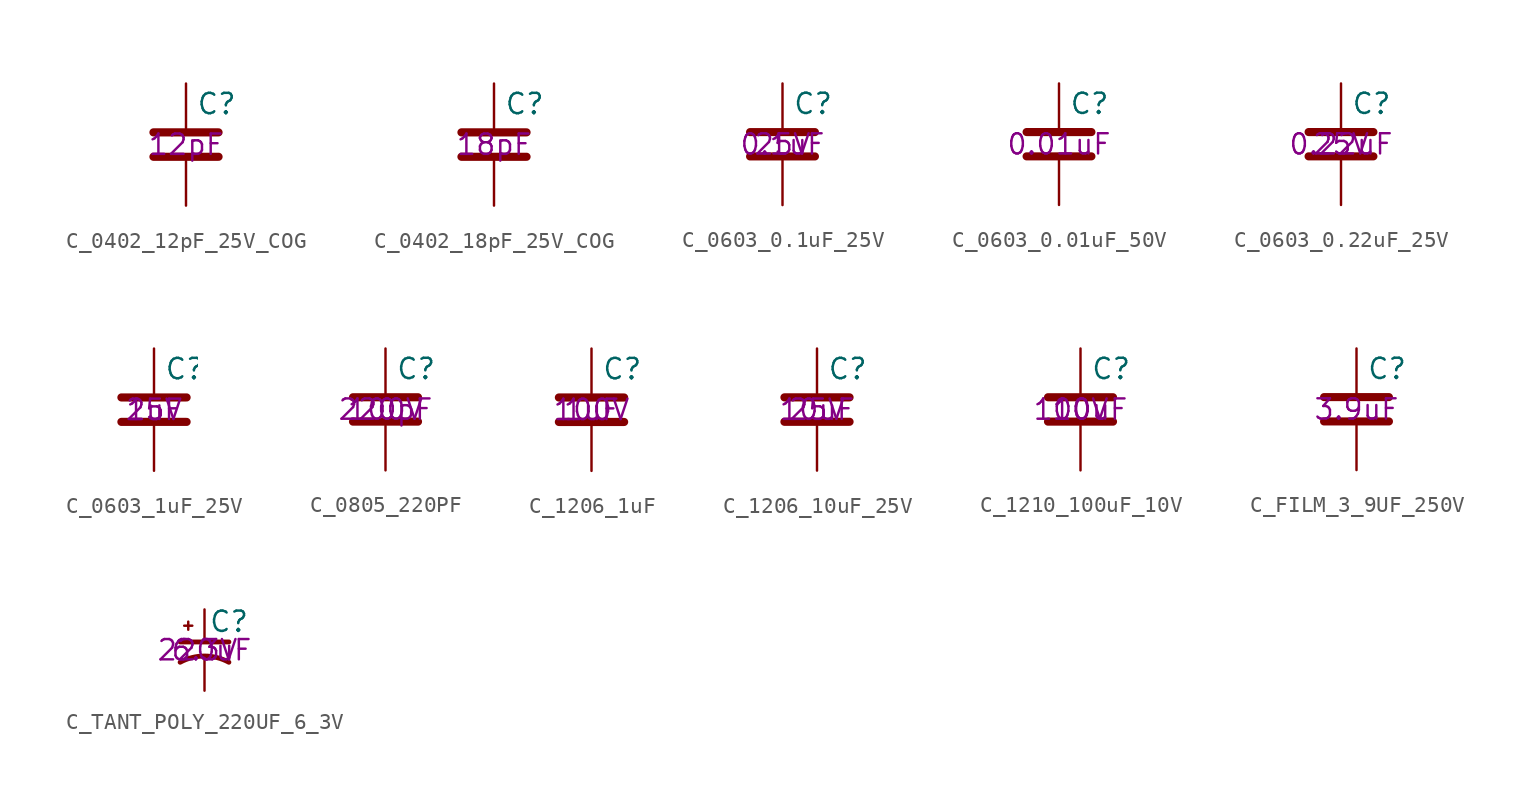
<source format=kicad_sym>
(kicad_symbol_lib
  (version 20211014)
  (generator kicad_symbol_editor)
  (symbol "C_0402_12pF_25V_COG"
    (pin_numbers hide)
    (pin_names
      (offset 0.254))
    (property "Reference" "C"
      (at 0.635 2.54 0)
      (effects (font (size 1.27 1.27)) (justify left)))
    (property "Val" "12pF"
      (at 0 0 0)
      (effects (font (size 1.27 1.27))))
    (symbol "C_0402_12pF_25V_COG_0_1"
      (polyline (pts (xy -2.032 -0.762) (xy 2.032 -0.762)) (stroke (width 0.508) (type default) (color 0 0 0 0)) (fill (type none)))
      (polyline (pts (xy -2.032 0.762) (xy 2.032 0.762)) (stroke (width 0.508) (type default) (color 0 0 0 0)) (fill (type none))))
    (symbol "C_0402_12pF_25V_COG_1_1"
      (pin passive line (at 0 3.81 270) (length 2.794) (name "~" (effects (font (size 1.27 1.27)))) (number "1" (effects (font (size 1.27 1.27)))))
      (pin passive line (at 0 -3.81 90) (length 2.794) (name "~" (effects (font (size 1.27 1.27)))) (number "2" (effects (font (size 1.27 1.27)))))))
  (symbol "C_0402_18pF_25V_COG"
    (pin_numbers hide)
    (pin_names
      (offset 0.254))
    (property "Reference" "C"
      (at 0.635 2.54 0)
      (effects (font (size 1.27 1.27)) (justify left)))
    (property "Val" "18pF"
      (at 0 0 0)
      (effects (font (size 1.27 1.27))))
    (symbol "C_0402_18pF_25V_COG_0_1"
      (polyline (pts (xy -2.032 -0.762) (xy 2.032 -0.762)) (stroke (width 0.508) (type default) (color 0 0 0 0)) (fill (type none)))
      (polyline (pts (xy -2.032 0.762) (xy 2.032 0.762)) (stroke (width 0.508) (type default) (color 0 0 0 0)) (fill (type none))))
    (symbol "C_0402_18pF_25V_COG_1_1"
      (pin passive line (at 0 3.81 270) (length 2.794) (name "~" (effects (font (size 1.27 1.27)))) (number "1" (effects (font (size 1.27 1.27)))))
      (pin passive line (at 0 -3.81 90) (length 2.794) (name "~" (effects (font (size 1.27 1.27)))) (number "2" (effects (font (size 1.27 1.27)))))))
  (symbol "C_0603_0.1uF_25V"
    (pin_numbers hide)
    (pin_names
      (offset 0.254))
    (property "Reference" "C"
      (at 0.635 2.54 0)
      (effects (font (size 1.27 1.27)) (justify left)))
    (property "Val" "0.1uF"
      (at 0 0 0)
      (effects (font (size 1.27 1.27))))
    (property "Voltage" "25V"
      (at 0 0 0)
      (effects (font (size 1.27 1.27))))
    (symbol "C_0603_0.1uF_25V_0_1"
      (polyline (pts (xy -2.032 -0.762) (xy 2.032 -0.762)) (stroke (width 0.508) (type default) (color 0 0 0 0)) (fill (type none)))
      (polyline (pts (xy -2.032 0.762) (xy 2.032 0.762)) (stroke (width 0.508) (type default) (color 0 0 0 0)) (fill (type none))))
    (symbol "C_0603_0.1uF_25V_1_1"
      (pin passive line (at 0 3.81 270) (length 2.794) (name "~" (effects (font (size 1.27 1.27)))) (number "1" (effects (font (size 1.27 1.27)))))
      (pin passive line (at 0 -3.81 90) (length 2.794) (name "~" (effects (font (size 1.27 1.27)))) (number "2" (effects (font (size 1.27 1.27)))))))
  (symbol "C_0603_0.01uF_50V"
    (pin_numbers hide)
    (pin_names
      (offset 0.254))
    (property "Reference" "C"
      (at 0.635 2.54 0)
      (effects (font (size 1.27 1.27)) (justify left)))
    (property "Val" "0.01uF"
      (at 0 0 0)
      (effects (font (size 1.27 1.27))))
    (symbol "C_0603_0.01uF_50V_0_1"
      (polyline (pts (xy -2.032 -0.762) (xy 2.032 -0.762)) (stroke (width 0.508) (type default) (color 0 0 0 0)) (fill (type none)))
      (polyline (pts (xy -2.032 0.762) (xy 2.032 0.762)) (stroke (width 0.508) (type default) (color 0 0 0 0)) (fill (type none))))
    (symbol "C_0603_0.01uF_50V_1_1"
      (pin passive line (at 0 3.81 270) (length 2.794) (name "~" (effects (font (size 1.27 1.27)))) (number "1" (effects (font (size 1.27 1.27)))))
      (pin passive line (at 0 -3.81 90) (length 2.794) (name "~" (effects (font (size 1.27 1.27)))) (number "2" (effects (font (size 1.27 1.27)))))))
  (symbol "C_0603_0.22uF_25V"
    (pin_numbers hide)
    (pin_names
      (offset 0.254))
    (property "Reference" "C"
      (at 0.635 2.54 0)
      (effects (font (size 1.27 1.27)) (justify left)))
    (property "Val" "0.22uF"
      (at 0 0 0)
      (effects (font (size 1.27 1.27))))
    (property "Voltage" "25V"
      (at 0 0 0)
      (effects (font (size 1.27 1.27))))
    (symbol "C_0603_0.22uF_25V_0_1"
      (polyline (pts (xy -2.032 -0.762) (xy 2.032 -0.762)) (stroke (width 0.508) (type default) (color 0 0 0 0)) (fill (type none)))
      (polyline (pts (xy -2.032 0.762) (xy 2.032 0.762)) (stroke (width 0.508) (type default) (color 0 0 0 0)) (fill (type none))))
    (symbol "C_0603_0.22uF_25V_1_1"
      (pin passive line (at 0 3.81 270) (length 2.794) (name "~" (effects (font (size 1.27 1.27)))) (number "1" (effects (font (size 1.27 1.27)))))
      (pin passive line (at 0 -3.81 90) (length 2.794) (name "~" (effects (font (size 1.27 1.27)))) (number "2" (effects (font (size 1.27 1.27)))))))
  (symbol "C_0603_1uF_25V"
    (pin_numbers hide)
    (pin_names
      (offset 0.254))
    (property "Reference" "C"
      (at 0.635 2.54 0)
      (effects (font (size 1.27 1.27)) (justify left)))
    (property "Val" "1uF"
      (at 0 0 0)
      (effects (font (size 1.27 1.27))))
    (property "Voltage" "25V"
      (at 0 0 0)
      (effects (font (size 1.27 1.27))))
    (symbol "C_0603_1uF_25V_0_1"
      (polyline (pts (xy -2.032 -0.762) (xy 2.032 -0.762)) (stroke (width 0.508) (type default) (color 0 0 0 0)) (fill (type none)))
      (polyline (pts (xy -2.032 0.762) (xy 2.032 0.762)) (stroke (width 0.508) (type default) (color 0 0 0 0)) (fill (type none))))
    (symbol "C_0603_1uF_25V_1_1"
      (pin passive line (at 0 3.81 270) (length 2.794) (name "~" (effects (font (size 1.27 1.27)))) (number "1" (effects (font (size 1.27 1.27)))))
      (pin passive line (at 0 -3.81 90) (length 2.794) (name "~" (effects (font (size 1.27 1.27)))) (number "2" (effects (font (size 1.27 1.27)))))))
  (symbol "C_0805_220PF"
    (pin_numbers hide)
    (pin_names
      (offset 0.254))
    (property "Reference" "C"
      (at 0.635 2.54 0)
      (effects (font (size 1.27 1.27)) (justify left)))
    (property "Val" "220pF"
      (at 0 0 0)
      (effects (font (size 1.27 1.27))))
    (property "Voltage" "100V"
      (at 0 0 0)
      (effects (font (size 1.27 1.27))))
    (symbol "C_0805_220PF_0_1"
      (polyline (pts (xy -2.032 -0.762) (xy 2.032 -0.762)) (stroke (width 0.508) (type default) (color 0 0 0 0)) (fill (type none)))
      (polyline (pts (xy -2.032 0.762) (xy 2.032 0.762)) (stroke (width 0.508) (type default) (color 0 0 0 0)) (fill (type none))))
    (symbol "C_0805_220PF_1_1"
      (pin passive line (at 0 3.81 270) (length 2.794) (name "~" (effects (font (size 1.27 1.27)))) (number "1" (effects (font (size 1.27 1.27)))))
      (pin passive line (at 0 -3.81 90) (length 2.794) (name "~" (effects (font (size 1.27 1.27)))) (number "2" (effects (font (size 1.27 1.27)))))))
  (symbol "C_1206_1uF"
    (pin_numbers hide)
    (pin_names
      (offset 0.254))
    (property "Reference" "C"
      (at 0.635 2.54 0)
      (effects (font (size 1.27 1.27)) (justify left)))
    (property "Val" "1uF"
      (at 0 0 0)
      (effects (font (size 1.27 1.27))))
    (property "Voltage" "100V"
      (at 0 0 0)
      (effects (font (size 1.27 1.27))))
    (symbol "C_1206_1uF_0_1"
      (polyline (pts (xy -2.032 -0.762) (xy 2.032 -0.762)) (stroke (width 0.508) (type default) (color 0 0 0 0)) (fill (type none)))
      (polyline (pts (xy -2.032 0.762) (xy 2.032 0.762)) (stroke (width 0.508) (type default) (color 0 0 0 0)) (fill (type none))))
    (symbol "C_1206_1uF_1_1"
      (pin passive line (at 0 3.81 270) (length 2.794) (name "~" (effects (font (size 1.27 1.27)))) (number "1" (effects (font (size 1.27 1.27)))))
      (pin passive line (at 0 -3.81 90) (length 2.794) (name "~" (effects (font (size 1.27 1.27)))) (number "2" (effects (font (size 1.27 1.27)))))))
  (symbol "C_1206_10uF_25V"
    (pin_numbers hide)
    (pin_names
      (offset 0.254))
    (property "Reference" "C"
      (at 0.635 2.54 0)
      (effects (font (size 1.27 1.27)) (justify left)))
    (property "Val" "10uF"
      (at 0 0 0)
      (effects (font (size 1.27 1.27))))
    (property "Voltage" "25V"
      (at 0 0 0)
      (effects (font (size 1.27 1.27))))
    (symbol "C_1206_10uF_25V_0_1"
      (polyline (pts (xy -2.032 -0.762) (xy 2.032 -0.762)) (stroke (width 0.508) (type default) (color 0 0 0 0)) (fill (type none)))
      (polyline (pts (xy -2.032 0.762) (xy 2.032 0.762)) (stroke (width 0.508) (type default) (color 0 0 0 0)) (fill (type none))))
    (symbol "C_1206_10uF_25V_1_1"
      (pin passive line (at 0 3.81 270) (length 2.794) (name "~" (effects (font (size 1.27 1.27)))) (number "1" (effects (font (size 1.27 1.27)))))
      (pin passive line (at 0 -3.81 90) (length 2.794) (name "~" (effects (font (size 1.27 1.27)))) (number "2" (effects (font (size 1.27 1.27)))))))
  (symbol "C_1210_100uF_10V"
    (pin_numbers hide)
    (pin_names
      (offset 0.254))
    (property "Reference" "C"
      (at 0.635 2.54 0)
      (effects (font (size 1.27 1.27)) (justify left)))
    (property "Val" "100uF"
      (at 0 0 0)
      (effects (font (size 1.27 1.27))))
    (property "Voltage" "10V"
      (at 0 0 0)
      (effects (font (size 1.27 1.27))))
    (symbol "C_1210_100uF_10V_0_1"
      (polyline (pts (xy -2.032 -0.762) (xy 2.032 -0.762)) (stroke (width 0.508) (type default) (color 0 0 0 0)) (fill (type none)))
      (polyline (pts (xy -2.032 0.762) (xy 2.032 0.762)) (stroke (width 0.508) (type default) (color 0 0 0 0)) (fill (type none))))
    (symbol "C_1210_100uF_10V_1_1"
      (pin passive line (at 0 3.81 270) (length 2.794) (name "~" (effects (font (size 1.27 1.27)))) (number "1" (effects (font (size 1.27 1.27)))))
      (pin passive line (at 0 -3.81 90) (length 2.794) (name "~" (effects (font (size 1.27 1.27)))) (number "2" (effects (font (size 1.27 1.27)))))))
  (symbol "C_FILM_3_9UF_250V"
    (pin_numbers hide)
    (pin_names
      (offset 0.254))
    (property "Reference" "C"
      (at 0.635 2.54 0)
      (effects (font (size 1.27 1.27)) (justify left)))
    (property "Val" "3.9uF"
      (at 0 0 0)
      (effects (font (size 1.27 1.27))))
    (symbol "C_FILM_3_9UF_250V_0_1"
      (polyline (pts (xy -2.032 -0.762) (xy 2.032 -0.762)) (stroke (width 0.508) (type default) (color 0 0 0 0)) (fill (type none)))
      (polyline (pts (xy -2.032 0.762) (xy 2.032 0.762)) (stroke (width 0.508) (type default) (color 0 0 0 0)) (fill (type none))))
    (symbol "C_FILM_3_9UF_250V_1_1"
      (pin passive line (at 0 3.81 270) (length 2.794) (name "~" (effects (font (size 1.27 1.27)))) (number "1" (effects (font (size 1.27 1.27)))))
      (pin passive line (at 0 -3.81 90) (length 2.794) (name "~" (effects (font (size 1.27 1.27)))) (number "2" (effects (font (size 1.27 1.27)))))))
  (symbol "C_TANT_POLY_220UF_6_3V"
    (pin_numbers hide)
    (pin_names
      (offset 0.254) hide)
    (property "Reference" "C"
      (at 0.254 1.778 0)
      (effects (font (size 1.27 1.27)) (justify left)))
    (property "Val" "220uF"
      (at 0 0 0)
      (effects (font (size 1.27 1.27))))
    (property "Voltage" "6.3V"
      (at 0 0 0)
      (effects (font (size 1.27 1.27))))
    (symbol "C_TANT_POLY_220UF_6_3V_0_1"
      (polyline (pts (xy -1.524 0.508) (xy 1.524 0.508)) (stroke (width 0.305) (type default) (color 0 0 0 0)) (fill (type none)))
      (polyline (pts (xy -1.27 1.524) (xy -0.762 1.524)) (stroke (width 0) (type default) (color 0 0 0 0)) (fill (type none)))
      (polyline (pts (xy -1.016 1.27) (xy -1.016 1.778)) (stroke (width 0) (type default) (color 0 0 0 0)) (fill (type none)))
      (arc (start 1.524 -0.762) (mid 0 -0.3734) (end -1.524 -0.762) (stroke (width 0.3048) (type default) (color 0 0 0 0)) (fill (type none))))
    (symbol "C_TANT_POLY_220UF_6_3V_1_1"
      (pin passive line (at 0 2.54 270) (length 2.032) (name "~" (effects (font (size 1.27 1.27)))) (number "1" (effects (font (size 1.27 1.27)))))
      (pin passive line (at 0 -2.54 90) (length 2.032) (name "~" (effects (font (size 1.27 1.27)))) (number "2" (effects (font (size 1.27 1.27))))))))
</source>
